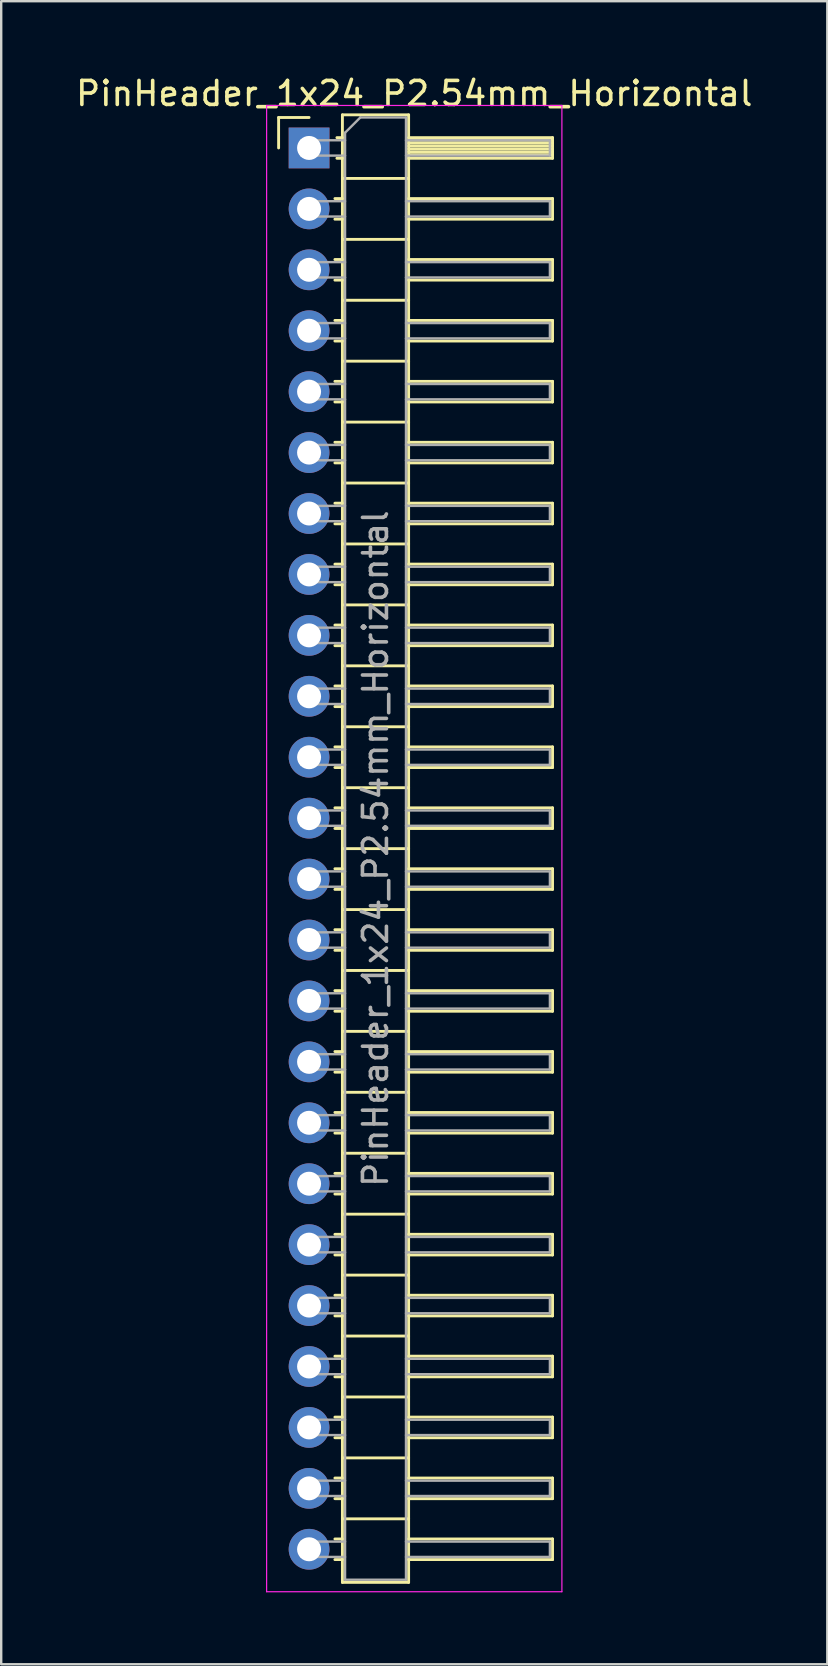
<source format=kicad_pcb>
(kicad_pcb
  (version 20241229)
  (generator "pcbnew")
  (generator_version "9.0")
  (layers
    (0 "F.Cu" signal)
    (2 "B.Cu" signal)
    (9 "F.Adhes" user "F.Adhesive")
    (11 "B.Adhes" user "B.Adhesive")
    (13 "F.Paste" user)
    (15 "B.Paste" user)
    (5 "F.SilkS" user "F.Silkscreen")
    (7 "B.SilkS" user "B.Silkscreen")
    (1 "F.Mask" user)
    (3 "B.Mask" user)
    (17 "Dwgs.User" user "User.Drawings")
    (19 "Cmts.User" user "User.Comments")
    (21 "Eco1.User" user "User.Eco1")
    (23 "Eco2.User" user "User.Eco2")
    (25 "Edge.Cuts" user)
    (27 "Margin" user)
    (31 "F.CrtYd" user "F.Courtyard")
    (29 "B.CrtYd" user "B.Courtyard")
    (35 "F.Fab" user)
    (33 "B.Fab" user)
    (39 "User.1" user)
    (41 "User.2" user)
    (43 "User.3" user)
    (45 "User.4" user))
  (footprint "PinHeader_1x24_P2.54mm_Horizontal"
    (layer "F.Cu")
    (at 9.835 3.118)
    (property "Reference" "PinHeader_1x24_P2.54mm_Horizontal" (at 4.385 -2.27 0) (layer "F.SilkS") (effects (font (size 1 1) (thickness 0.15))))
    (attr through_hole)
    (fp_line (start -1.27 -1.27) (end 0 -1.27) (stroke (width 0.12) (type solid)) (layer "F.SilkS"))
    (fp_line (start -1.27 0) (end -1.27 -1.27) (stroke (width 0.12) (type solid)) (layer "F.SilkS"))
    (fp_line (start 1.077 2.11) (end 1.39 2.11) (stroke (width 0.12) (type solid)) (layer "F.SilkS"))
    (fp_line (start 1.077 2.97) (end 1.39 2.97) (stroke (width 0.12) (type solid)) (layer "F.SilkS"))
    (fp_line (start 1.077 4.65) (end 1.39 4.65) (stroke (width 0.12) (type solid)) (layer "F.SilkS"))
    (fp_line (start 1.077 5.51) (end 1.39 5.51) (stroke (width 0.12) (type solid)) (layer "F.SilkS"))
    (fp_line (start 1.077 7.19) (end 1.39 7.19) (stroke (width 0.12) (type solid)) (layer "F.SilkS"))
    (fp_line (start 1.077 8.05) (end 1.39 8.05) (stroke (width 0.12) (type solid)) (layer "F.SilkS"))
    (fp_line (start 1.077 9.73) (end 1.39 9.73) (stroke (width 0.12) (type solid)) (layer "F.SilkS"))
    (fp_line (start 1.077 10.59) (end 1.39 10.59) (stroke (width 0.12) (type solid)) (layer "F.SilkS"))
    (fp_line (start 1.077 12.27) (end 1.39 12.27) (stroke (width 0.12) (type solid)) (layer "F.SilkS"))
    (fp_line (start 1.077 13.13) (end 1.39 13.13) (stroke (width 0.12) (type solid)) (layer "F.SilkS"))
    (fp_line (start 1.077 14.81) (end 1.39 14.81) (stroke (width 0.12) (type solid)) (layer "F.SilkS"))
    (fp_line (start 1.077 15.67) (end 1.39 15.67) (stroke (width 0.12) (type solid)) (layer "F.SilkS"))
    (fp_line (start 1.077 17.35) (end 1.39 17.35) (stroke (width 0.12) (type solid)) (layer "F.SilkS"))
    (fp_line (start 1.077 18.21) (end 1.39 18.21) (stroke (width 0.12) (type solid)) (layer "F.SilkS"))
    (fp_line (start 1.077 19.89) (end 1.39 19.89) (stroke (width 0.12) (type solid)) (layer "F.SilkS"))
    (fp_line (start 1.077 20.75) (end 1.39 20.75) (stroke (width 0.12) (type solid)) (layer "F.SilkS"))
    (fp_line (start 1.077 22.43) (end 1.39 22.43) (stroke (width 0.12) (type solid)) (layer "F.SilkS"))
    (fp_line (start 1.077 23.29) (end 1.39 23.29) (stroke (width 0.12) (type solid)) (layer "F.SilkS"))
    (fp_line (start 1.077 24.97) (end 1.39 24.97) (stroke (width 0.12) (type solid)) (layer "F.SilkS"))
    (fp_line (start 1.077 25.83) (end 1.39 25.83) (stroke (width 0.12) (type solid)) (layer "F.SilkS"))
    (fp_line (start 1.077 27.51) (end 1.39 27.51) (stroke (width 0.12) (type solid)) (layer "F.SilkS"))
    (fp_line (start 1.077 28.37) (end 1.39 28.37) (stroke (width 0.12) (type solid)) (layer "F.SilkS"))
    (fp_line (start 1.077 30.05) (end 1.39 30.05) (stroke (width 0.12) (type solid)) (layer "F.SilkS"))
    (fp_line (start 1.077 30.91) (end 1.39 30.91) (stroke (width 0.12) (type solid)) (layer "F.SilkS"))
    (fp_line (start 1.077 32.59) (end 1.39 32.59) (stroke (width 0.12) (type solid)) (layer "F.SilkS"))
    (fp_line (start 1.077 33.45) (end 1.39 33.45) (stroke (width 0.12) (type solid)) (layer "F.SilkS"))
    (fp_line (start 1.077 35.13) (end 1.39 35.13) (stroke (width 0.12) (type solid)) (layer "F.SilkS"))
    (fp_line (start 1.077 35.99) (end 1.39 35.99) (stroke (width 0.12) (type solid)) (layer "F.SilkS"))
    (fp_line (start 1.077 37.67) (end 1.39 37.67) (stroke (width 0.12) (type solid)) (layer "F.SilkS"))
    (fp_line (start 1.077 38.53) (end 1.39 38.53) (stroke (width 0.12) (type solid)) (layer "F.SilkS"))
    (fp_line (start 1.077 40.21) (end 1.39 40.21) (stroke (width 0.12) (type solid)) (layer "F.SilkS"))
    (fp_line (start 1.077 41.07) (end 1.39 41.07) (stroke (width 0.12) (type solid)) (layer "F.SilkS"))
    (fp_line (start 1.077 42.75) (end 1.39 42.75) (stroke (width 0.12) (type solid)) (layer "F.SilkS"))
    (fp_line (start 1.077 43.61) (end 1.39 43.61) (stroke (width 0.12) (type solid)) (layer "F.SilkS"))
    (fp_line (start 1.077 45.29) (end 1.39 45.29) (stroke (width 0.12) (type solid)) (layer "F.SilkS"))
    (fp_line (start 1.077 46.15) (end 1.39 46.15) (stroke (width 0.12) (type solid)) (layer "F.SilkS"))
    (fp_line (start 1.077 47.83) (end 1.39 47.83) (stroke (width 0.12) (type solid)) (layer "F.SilkS"))
    (fp_line (start 1.077 48.69) (end 1.39 48.69) (stroke (width 0.12) (type solid)) (layer "F.SilkS"))
    (fp_line (start 1.077 50.37) (end 1.39 50.37) (stroke (width 0.12) (type solid)) (layer "F.SilkS"))
    (fp_line (start 1.077 51.23) (end 1.39 51.23) (stroke (width 0.12) (type solid)) (layer "F.SilkS"))
    (fp_line (start 1.077 52.91) (end 1.39 52.91) (stroke (width 0.12) (type solid)) (layer "F.SilkS"))
    (fp_line (start 1.077 53.77) (end 1.39 53.77) (stroke (width 0.12) (type solid)) (layer "F.SilkS"))
    (fp_line (start 1.077 55.45) (end 1.39 55.45) (stroke (width 0.12) (type solid)) (layer "F.SilkS"))
    (fp_line (start 1.077 56.31) (end 1.39 56.31) (stroke (width 0.12) (type solid)) (layer "F.SilkS"))
    (fp_line (start 1.077 57.99) (end 1.39 57.99) (stroke (width 0.12) (type solid)) (layer "F.SilkS"))
    (fp_line (start 1.077 58.85) (end 1.39 58.85) (stroke (width 0.12) (type solid)) (layer "F.SilkS"))
    (fp_line (start 1.16 -0.43) (end 1.39 -0.43) (stroke (width 0.12) (type solid)) (layer "F.SilkS"))
    (fp_line (start 1.16 0.43) (end 1.39 0.43) (stroke (width 0.12) (type solid)) (layer "F.SilkS"))
    (fp_line (start 1.39 -1.38) (end 1.39 59.8) (stroke (width 0.12) (type solid)) (layer "F.SilkS"))
    (fp_line (start 1.39 1.27) (end 4.15 1.27) (stroke (width 0.12) (type solid)) (layer "F.SilkS"))
    (fp_line (start 1.39 3.81) (end 4.15 3.81) (stroke (width 0.12) (type solid)) (layer "F.SilkS"))
    (fp_line (start 1.39 6.35) (end 4.15 6.35) (stroke (width 0.12) (type solid)) (layer "F.SilkS"))
    (fp_line (start 1.39 8.89) (end 4.15 8.89) (stroke (width 0.12) (type solid)) (layer "F.SilkS"))
    (fp_line (start 1.39 11.43) (end 4.15 11.43) (stroke (width 0.12) (type solid)) (layer "F.SilkS"))
    (fp_line (start 1.39 13.97) (end 4.15 13.97) (stroke (width 0.12) (type solid)) (layer "F.SilkS"))
    (fp_line (start 1.39 16.51) (end 4.15 16.51) (stroke (width 0.12) (type solid)) (layer "F.SilkS"))
    (fp_line (start 1.39 19.05) (end 4.15 19.05) (stroke (width 0.12) (type solid)) (layer "F.SilkS"))
    (fp_line (start 1.39 21.59) (end 4.15 21.59) (stroke (width 0.12) (type solid)) (layer "F.SilkS"))
    (fp_line (start 1.39 24.13) (end 4.15 24.13) (stroke (width 0.12) (type solid)) (layer "F.SilkS"))
    (fp_line (start 1.39 26.67) (end 4.15 26.67) (stroke (width 0.12) (type solid)) (layer "F.SilkS"))
    (fp_line (start 1.39 29.21) (end 4.15 29.21) (stroke (width 0.12) (type solid)) (layer "F.SilkS"))
    (fp_line (start 1.39 31.75) (end 4.15 31.75) (stroke (width 0.12) (type solid)) (layer "F.SilkS"))
    (fp_line (start 1.39 34.29) (end 4.15 34.29) (stroke (width 0.12) (type solid)) (layer "F.SilkS"))
    (fp_line (start 1.39 36.83) (end 4.15 36.83) (stroke (width 0.12) (type solid)) (layer "F.SilkS"))
    (fp_line (start 1.39 39.37) (end 4.15 39.37) (stroke (width 0.12) (type solid)) (layer "F.SilkS"))
    (fp_line (start 1.39 41.91) (end 4.15 41.91) (stroke (width 0.12) (type solid)) (layer "F.SilkS"))
    (fp_line (start 1.39 44.45) (end 4.15 44.45) (stroke (width 0.12) (type solid)) (layer "F.SilkS"))
    (fp_line (start 1.39 46.99) (end 4.15 46.99) (stroke (width 0.12) (type solid)) (layer "F.SilkS"))
    (fp_line (start 1.39 49.53) (end 4.15 49.53) (stroke (width 0.12) (type solid)) (layer "F.SilkS"))
    (fp_line (start 1.39 52.07) (end 4.15 52.07) (stroke (width 0.12) (type solid)) (layer "F.SilkS"))
    (fp_line (start 1.39 54.61) (end 4.15 54.61) (stroke (width 0.12) (type solid)) (layer "F.SilkS"))
    (fp_line (start 1.39 57.15) (end 4.15 57.15) (stroke (width 0.12) (type solid)) (layer "F.SilkS"))
    (fp_line (start 1.39 59.8) (end 4.15 59.8) (stroke (width 0.12) (type solid)) (layer "F.SilkS"))
    (fp_line (start 4.15 -1.38) (end 1.39 -1.38) (stroke (width 0.12) (type solid)) (layer "F.SilkS"))
    (fp_line (start 4.15 -0.43) (end 10.15 -0.43) (stroke (width 0.12) (type solid)) (layer "F.SilkS"))
    (fp_line (start 4.15 -0.32) (end 10.15 -0.32) (stroke (width 0.12) (type solid)) (layer "F.SilkS"))
    (fp_line (start 4.15 -0.2) (end 10.15 -0.2) (stroke (width 0.12) (type solid)) (layer "F.SilkS"))
    (fp_line (start 4.15 -0.08) (end 10.15 -0.08) (stroke (width 0.12) (type solid)) (layer "F.SilkS"))
    (fp_line (start 4.15 0.04) (end 10.15 0.04) (stroke (width 0.12) (type solid)) (layer "F.SilkS"))
    (fp_line (start 4.15 0.16) (end 10.15 0.16) (stroke (width 0.12) (type solid)) (layer "F.SilkS"))
    (fp_line (start 4.15 0.28) (end 10.15 0.28) (stroke (width 0.12) (type solid)) (layer "F.SilkS"))
    (fp_line (start 4.15 2.11) (end 10.15 2.11) (stroke (width 0.12) (type solid)) (layer "F.SilkS"))
    (fp_line (start 4.15 4.65) (end 10.15 4.65) (stroke (width 0.12) (type solid)) (layer "F.SilkS"))
    (fp_line (start 4.15 7.19) (end 10.15 7.19) (stroke (width 0.12) (type solid)) (layer "F.SilkS"))
    (fp_line (start 4.15 9.73) (end 10.15 9.73) (stroke (width 0.12) (type solid)) (layer "F.SilkS"))
    (fp_line (start 4.15 12.27) (end 10.15 12.27) (stroke (width 0.12) (type solid)) (layer "F.SilkS"))
    (fp_line (start 4.15 14.81) (end 10.15 14.81) (stroke (width 0.12) (type solid)) (layer "F.SilkS"))
    (fp_line (start 4.15 17.35) (end 10.15 17.35) (stroke (width 0.12) (type solid)) (layer "F.SilkS"))
    (fp_line (start 4.15 19.89) (end 10.15 19.89) (stroke (width 0.12) (type solid)) (layer "F.SilkS"))
    (fp_line (start 4.15 22.43) (end 10.15 22.43) (stroke (width 0.12) (type solid)) (layer "F.SilkS"))
    (fp_line (start 4.15 24.97) (end 10.15 24.97) (stroke (width 0.12) (type solid)) (layer "F.SilkS"))
    (fp_line (start 4.15 27.51) (end 10.15 27.51) (stroke (width 0.12) (type solid)) (layer "F.SilkS"))
    (fp_line (start 4.15 30.05) (end 10.15 30.05) (stroke (width 0.12) (type solid)) (layer "F.SilkS"))
    (fp_line (start 4.15 32.59) (end 10.15 32.59) (stroke (width 0.12) (type solid)) (layer "F.SilkS"))
    (fp_line (start 4.15 35.13) (end 10.15 35.13) (stroke (width 0.12) (type solid)) (layer "F.SilkS"))
    (fp_line (start 4.15 37.67) (end 10.15 37.67) (stroke (width 0.12) (type solid)) (layer "F.SilkS"))
    (fp_line (start 4.15 40.21) (end 10.15 40.21) (stroke (width 0.12) (type solid)) (layer "F.SilkS"))
    (fp_line (start 4.15 42.75) (end 10.15 42.75) (stroke (width 0.12) (type solid)) (layer "F.SilkS"))
    (fp_line (start 4.15 45.29) (end 10.15 45.29) (stroke (width 0.12) (type solid)) (layer "F.SilkS"))
    (fp_line (start 4.15 47.83) (end 10.15 47.83) (stroke (width 0.12) (type solid)) (layer "F.SilkS"))
    (fp_line (start 4.15 50.37) (end 10.15 50.37) (stroke (width 0.12) (type solid)) (layer "F.SilkS"))
    (fp_line (start 4.15 52.91) (end 10.15 52.91) (stroke (width 0.12) (type solid)) (layer "F.SilkS"))
    (fp_line (start 4.15 55.45) (end 10.15 55.45) (stroke (width 0.12) (type solid)) (layer "F.SilkS"))
    (fp_line (start 4.15 57.99) (end 10.15 57.99) (stroke (width 0.12) (type solid)) (layer "F.SilkS"))
    (fp_line (start 4.15 59.8) (end 4.15 -1.38) (stroke (width 0.12) (type solid)) (layer "F.SilkS"))
    (fp_line (start 10.15 -0.43) (end 10.15 0.43) (stroke (width 0.12) (type solid)) (layer "F.SilkS"))
    (fp_line (start 10.15 0.43) (end 4.15 0.43) (stroke (width 0.12) (type solid)) (layer "F.SilkS"))
    (fp_line (start 10.15 2.11) (end 10.15 2.97) (stroke (width 0.12) (type solid)) (layer "F.SilkS"))
    (fp_line (start 10.15 2.97) (end 4.15 2.97) (stroke (width 0.12) (type solid)) (layer "F.SilkS"))
    (fp_line (start 10.15 4.65) (end 10.15 5.51) (stroke (width 0.12) (type solid)) (layer "F.SilkS"))
    (fp_line (start 10.15 5.51) (end 4.15 5.51) (stroke (width 0.12) (type solid)) (layer "F.SilkS"))
    (fp_line (start 10.15 7.19) (end 10.15 8.05) (stroke (width 0.12) (type solid)) (layer "F.SilkS"))
    (fp_line (start 10.15 8.05) (end 4.15 8.05) (stroke (width 0.12) (type solid)) (layer "F.SilkS"))
    (fp_line (start 10.15 9.73) (end 10.15 10.59) (stroke (width 0.12) (type solid)) (layer "F.SilkS"))
    (fp_line (start 10.15 10.59) (end 4.15 10.59) (stroke (width 0.12) (type solid)) (layer "F.SilkS"))
    (fp_line (start 10.15 12.27) (end 10.15 13.13) (stroke (width 0.12) (type solid)) (layer "F.SilkS"))
    (fp_line (start 10.15 13.13) (end 4.15 13.13) (stroke (width 0.12) (type solid)) (layer "F.SilkS"))
    (fp_line (start 10.15 14.81) (end 10.15 15.67) (stroke (width 0.12) (type solid)) (layer "F.SilkS"))
    (fp_line (start 10.15 15.67) (end 4.15 15.67) (stroke (width 0.12) (type solid)) (layer "F.SilkS"))
    (fp_line (start 10.15 17.35) (end 10.15 18.21) (stroke (width 0.12) (type solid)) (layer "F.SilkS"))
    (fp_line (start 10.15 18.21) (end 4.15 18.21) (stroke (width 0.12) (type solid)) (layer "F.SilkS"))
    (fp_line (start 10.15 19.89) (end 10.15 20.75) (stroke (width 0.12) (type solid)) (layer "F.SilkS"))
    (fp_line (start 10.15 20.75) (end 4.15 20.75) (stroke (width 0.12) (type solid)) (layer "F.SilkS"))
    (fp_line (start 10.15 22.43) (end 10.15 23.29) (stroke (width 0.12) (type solid)) (layer "F.SilkS"))
    (fp_line (start 10.15 23.29) (end 4.15 23.29) (stroke (width 0.12) (type solid)) (layer "F.SilkS"))
    (fp_line (start 10.15 24.97) (end 10.15 25.83) (stroke (width 0.12) (type solid)) (layer "F.SilkS"))
    (fp_line (start 10.15 25.83) (end 4.15 25.83) (stroke (width 0.12) (type solid)) (layer "F.SilkS"))
    (fp_line (start 10.15 27.51) (end 10.15 28.37) (stroke (width 0.12) (type solid)) (layer "F.SilkS"))
    (fp_line (start 10.15 28.37) (end 4.15 28.37) (stroke (width 0.12) (type solid)) (layer "F.SilkS"))
    (fp_line (start 10.15 30.05) (end 10.15 30.91) (stroke (width 0.12) (type solid)) (layer "F.SilkS"))
    (fp_line (start 10.15 30.91) (end 4.15 30.91) (stroke (width 0.12) (type solid)) (layer "F.SilkS"))
    (fp_line (start 10.15 32.59) (end 10.15 33.45) (stroke (width 0.12) (type solid)) (layer "F.SilkS"))
    (fp_line (start 10.15 33.45) (end 4.15 33.45) (stroke (width 0.12) (type solid)) (layer "F.SilkS"))
    (fp_line (start 10.15 35.13) (end 10.15 35.99) (stroke (width 0.12) (type solid)) (layer "F.SilkS"))
    (fp_line (start 10.15 35.99) (end 4.15 35.99) (stroke (width 0.12) (type solid)) (layer "F.SilkS"))
    (fp_line (start 10.15 37.67) (end 10.15 38.53) (stroke (width 0.12) (type solid)) (layer "F.SilkS"))
    (fp_line (start 10.15 38.53) (end 4.15 38.53) (stroke (width 0.12) (type solid)) (layer "F.SilkS"))
    (fp_line (start 10.15 40.21) (end 10.15 41.07) (stroke (width 0.12) (type solid)) (layer "F.SilkS"))
    (fp_line (start 10.15 41.07) (end 4.15 41.07) (stroke (width 0.12) (type solid)) (layer "F.SilkS"))
    (fp_line (start 10.15 42.75) (end 10.15 43.61) (stroke (width 0.12) (type solid)) (layer "F.SilkS"))
    (fp_line (start 10.15 43.61) (end 4.15 43.61) (stroke (width 0.12) (type solid)) (layer "F.SilkS"))
    (fp_line (start 10.15 45.29) (end 10.15 46.15) (stroke (width 0.12) (type solid)) (layer "F.SilkS"))
    (fp_line (start 10.15 46.15) (end 4.15 46.15) (stroke (width 0.12) (type solid)) (layer "F.SilkS"))
    (fp_line (start 10.15 47.83) (end 10.15 48.69) (stroke (width 0.12) (type solid)) (layer "F.SilkS"))
    (fp_line (start 10.15 48.69) (end 4.15 48.69) (stroke (width 0.12) (type solid)) (layer "F.SilkS"))
    (fp_line (start 10.15 50.37) (end 10.15 51.23) (stroke (width 0.12) (type solid)) (layer "F.SilkS"))
    (fp_line (start 10.15 51.23) (end 4.15 51.23) (stroke (width 0.12) (type solid)) (layer "F.SilkS"))
    (fp_line (start 10.15 52.91) (end 10.15 53.77) (stroke (width 0.12) (type solid)) (layer "F.SilkS"))
    (fp_line (start 10.15 53.77) (end 4.15 53.77) (stroke (width 0.12) (type solid)) (layer "F.SilkS"))
    (fp_line (start 10.15 55.45) (end 10.15 56.31) (stroke (width 0.12) (type solid)) (layer "F.SilkS"))
    (fp_line (start 10.15 56.31) (end 4.15 56.31) (stroke (width 0.12) (type solid)) (layer "F.SilkS"))
    (fp_line (start 10.15 57.99) (end 10.15 58.85) (stroke (width 0.12) (type solid)) (layer "F.SilkS"))
    (fp_line (start 10.15 58.85) (end 4.15 58.85) (stroke (width 0.12) (type solid)) (layer "F.SilkS"))
    (fp_line (start -1.77 -1.77) (end -1.77 60.19) (stroke (width 0.05) (type solid)) (layer "F.CrtYd"))
    (fp_line (start -1.77 60.19) (end 10.54 60.19) (stroke (width 0.05) (type solid)) (layer "F.CrtYd"))
    (fp_line (start 10.54 -1.77) (end -1.77 -1.77) (stroke (width 0.05) (type solid)) (layer "F.CrtYd"))
    (fp_line (start 10.54 60.19) (end 10.54 -1.77) (stroke (width 0.05) (type solid)) (layer "F.CrtYd"))
    (fp_line (start -0.32 -0.32) (end -0.32 0.32) (stroke (width 0.1) (type solid)) (layer "F.Fab"))
    (fp_line (start -0.32 -0.32) (end 1.5 -0.32) (stroke (width 0.1) (type solid)) (layer "F.Fab"))
    (fp_line (start -0.32 0.32) (end 1.5 0.32) (stroke (width 0.1) (type solid)) (layer "F.Fab"))
    (fp_line (start -0.32 2.22) (end -0.32 2.86) (stroke (width 0.1) (type solid)) (layer "F.Fab"))
    (fp_line (start -0.32 2.22) (end 1.5 2.22) (stroke (width 0.1) (type solid)) (layer "F.Fab"))
    (fp_line (start -0.32 2.86) (end 1.5 2.86) (stroke (width 0.1) (type solid)) (layer "F.Fab"))
    (fp_line (start -0.32 4.76) (end -0.32 5.4) (stroke (width 0.1) (type solid)) (layer "F.Fab"))
    (fp_line (start -0.32 4.76) (end 1.5 4.76) (stroke (width 0.1) (type solid)) (layer "F.Fab"))
    (fp_line (start -0.32 5.4) (end 1.5 5.4) (stroke (width 0.1) (type solid)) (layer "F.Fab"))
    (fp_line (start -0.32 7.3) (end -0.32 7.94) (stroke (width 0.1) (type solid)) (layer "F.Fab"))
    (fp_line (start -0.32 7.3) (end 1.5 7.3) (stroke (width 0.1) (type solid)) (layer "F.Fab"))
    (fp_line (start -0.32 7.94) (end 1.5 7.94) (stroke (width 0.1) (type solid)) (layer "F.Fab"))
    (fp_line (start -0.32 9.84) (end -0.32 10.48) (stroke (width 0.1) (type solid)) (layer "F.Fab"))
    (fp_line (start -0.32 9.84) (end 1.5 9.84) (stroke (width 0.1) (type solid)) (layer "F.Fab"))
    (fp_line (start -0.32 10.48) (end 1.5 10.48) (stroke (width 0.1) (type solid)) (layer "F.Fab"))
    (fp_line (start -0.32 12.38) (end -0.32 13.02) (stroke (width 0.1) (type solid)) (layer "F.Fab"))
    (fp_line (start -0.32 12.38) (end 1.5 12.38) (stroke (width 0.1) (type solid)) (layer "F.Fab"))
    (fp_line (start -0.32 13.02) (end 1.5 13.02) (stroke (width 0.1) (type solid)) (layer "F.Fab"))
    (fp_line (start -0.32 14.92) (end -0.32 15.56) (stroke (width 0.1) (type solid)) (layer "F.Fab"))
    (fp_line (start -0.32 14.92) (end 1.5 14.92) (stroke (width 0.1) (type solid)) (layer "F.Fab"))
    (fp_line (start -0.32 15.56) (end 1.5 15.56) (stroke (width 0.1) (type solid)) (layer "F.Fab"))
    (fp_line (start -0.32 17.46) (end -0.32 18.1) (stroke (width 0.1) (type solid)) (layer "F.Fab"))
    (fp_line (start -0.32 17.46) (end 1.5 17.46) (stroke (width 0.1) (type solid)) (layer "F.Fab"))
    (fp_line (start -0.32 18.1) (end 1.5 18.1) (stroke (width 0.1) (type solid)) (layer "F.Fab"))
    (fp_line (start -0.32 20) (end -0.32 20.64) (stroke (width 0.1) (type solid)) (layer "F.Fab"))
    (fp_line (start -0.32 20) (end 1.5 20) (stroke (width 0.1) (type solid)) (layer "F.Fab"))
    (fp_line (start -0.32 20.64) (end 1.5 20.64) (stroke (width 0.1) (type solid)) (layer "F.Fab"))
    (fp_line (start -0.32 22.54) (end -0.32 23.18) (stroke (width 0.1) (type solid)) (layer "F.Fab"))
    (fp_line (start -0.32 22.54) (end 1.5 22.54) (stroke (width 0.1) (type solid)) (layer "F.Fab"))
    (fp_line (start -0.32 23.18) (end 1.5 23.18) (stroke (width 0.1) (type solid)) (layer "F.Fab"))
    (fp_line (start -0.32 25.08) (end -0.32 25.72) (stroke (width 0.1) (type solid)) (layer "F.Fab"))
    (fp_line (start -0.32 25.08) (end 1.5 25.08) (stroke (width 0.1) (type solid)) (layer "F.Fab"))
    (fp_line (start -0.32 25.72) (end 1.5 25.72) (stroke (width 0.1) (type solid)) (layer "F.Fab"))
    (fp_line (start -0.32 27.62) (end -0.32 28.26) (stroke (width 0.1) (type solid)) (layer "F.Fab"))
    (fp_line (start -0.32 27.62) (end 1.5 27.62) (stroke (width 0.1) (type solid)) (layer "F.Fab"))
    (fp_line (start -0.32 28.26) (end 1.5 28.26) (stroke (width 0.1) (type solid)) (layer "F.Fab"))
    (fp_line (start -0.32 30.16) (end -0.32 30.8) (stroke (width 0.1) (type solid)) (layer "F.Fab"))
    (fp_line (start -0.32 30.16) (end 1.5 30.16) (stroke (width 0.1) (type solid)) (layer "F.Fab"))
    (fp_line (start -0.32 30.8) (end 1.5 30.8) (stroke (width 0.1) (type solid)) (layer "F.Fab"))
    (fp_line (start -0.32 32.7) (end -0.32 33.34) (stroke (width 0.1) (type solid)) (layer "F.Fab"))
    (fp_line (start -0.32 32.7) (end 1.5 32.7) (stroke (width 0.1) (type solid)) (layer "F.Fab"))
    (fp_line (start -0.32 33.34) (end 1.5 33.34) (stroke (width 0.1) (type solid)) (layer "F.Fab"))
    (fp_line (start -0.32 35.24) (end -0.32 35.88) (stroke (width 0.1) (type solid)) (layer "F.Fab"))
    (fp_line (start -0.32 35.24) (end 1.5 35.24) (stroke (width 0.1) (type solid)) (layer "F.Fab"))
    (fp_line (start -0.32 35.88) (end 1.5 35.88) (stroke (width 0.1) (type solid)) (layer "F.Fab"))
    (fp_line (start -0.32 37.78) (end -0.32 38.42) (stroke (width 0.1) (type solid)) (layer "F.Fab"))
    (fp_line (start -0.32 37.78) (end 1.5 37.78) (stroke (width 0.1) (type solid)) (layer "F.Fab"))
    (fp_line (start -0.32 38.42) (end 1.5 38.42) (stroke (width 0.1) (type solid)) (layer "F.Fab"))
    (fp_line (start -0.32 40.32) (end -0.32 40.96) (stroke (width 0.1) (type solid)) (layer "F.Fab"))
    (fp_line (start -0.32 40.32) (end 1.5 40.32) (stroke (width 0.1) (type solid)) (layer "F.Fab"))
    (fp_line (start -0.32 40.96) (end 1.5 40.96) (stroke (width 0.1) (type solid)) (layer "F.Fab"))
    (fp_line (start -0.32 42.86) (end -0.32 43.5) (stroke (width 0.1) (type solid)) (layer "F.Fab"))
    (fp_line (start -0.32 42.86) (end 1.5 42.86) (stroke (width 0.1) (type solid)) (layer "F.Fab"))
    (fp_line (start -0.32 43.5) (end 1.5 43.5) (stroke (width 0.1) (type solid)) (layer "F.Fab"))
    (fp_line (start -0.32 45.4) (end -0.32 46.04) (stroke (width 0.1) (type solid)) (layer "F.Fab"))
    (fp_line (start -0.32 45.4) (end 1.5 45.4) (stroke (width 0.1) (type solid)) (layer "F.Fab"))
    (fp_line (start -0.32 46.04) (end 1.5 46.04) (stroke (width 0.1) (type solid)) (layer "F.Fab"))
    (fp_line (start -0.32 47.94) (end -0.32 48.58) (stroke (width 0.1) (type solid)) (layer "F.Fab"))
    (fp_line (start -0.32 47.94) (end 1.5 47.94) (stroke (width 0.1) (type solid)) (layer "F.Fab"))
    (fp_line (start -0.32 48.58) (end 1.5 48.58) (stroke (width 0.1) (type solid)) (layer "F.Fab"))
    (fp_line (start -0.32 50.48) (end -0.32 51.12) (stroke (width 0.1) (type solid)) (layer "F.Fab"))
    (fp_line (start -0.32 50.48) (end 1.5 50.48) (stroke (width 0.1) (type solid)) (layer "F.Fab"))
    (fp_line (start -0.32 51.12) (end 1.5 51.12) (stroke (width 0.1) (type solid)) (layer "F.Fab"))
    (fp_line (start -0.32 53.02) (end -0.32 53.66) (stroke (width 0.1) (type solid)) (layer "F.Fab"))
    (fp_line (start -0.32 53.02) (end 1.5 53.02) (stroke (width 0.1) (type solid)) (layer "F.Fab"))
    (fp_line (start -0.32 53.66) (end 1.5 53.66) (stroke (width 0.1) (type solid)) (layer "F.Fab"))
    (fp_line (start -0.32 55.56) (end -0.32 56.2) (stroke (width 0.1) (type solid)) (layer "F.Fab"))
    (fp_line (start -0.32 55.56) (end 1.5 55.56) (stroke (width 0.1) (type solid)) (layer "F.Fab"))
    (fp_line (start -0.32 56.2) (end 1.5 56.2) (stroke (width 0.1) (type solid)) (layer "F.Fab"))
    (fp_line (start -0.32 58.1) (end -0.32 58.74) (stroke (width 0.1) (type solid)) (layer "F.Fab"))
    (fp_line (start -0.32 58.1) (end 1.5 58.1) (stroke (width 0.1) (type solid)) (layer "F.Fab"))
    (fp_line (start -0.32 58.74) (end 1.5 58.74) (stroke (width 0.1) (type solid)) (layer "F.Fab"))
    (fp_line (start 1.5 -0.635) (end 2.135 -1.27) (stroke (width 0.1) (type solid)) (layer "F.Fab"))
    (fp_line (start 1.5 59.69) (end 1.5 -0.635) (stroke (width 0.1) (type solid)) (layer "F.Fab"))
    (fp_line (start 2.135 -1.27) (end 4.04 -1.27) (stroke (width 0.1) (type solid)) (layer "F.Fab"))
    (fp_line (start 4.04 -1.27) (end 4.04 59.69) (stroke (width 0.1) (type solid)) (layer "F.Fab"))
    (fp_line (start 4.04 -0.32) (end 10.04 -0.32) (stroke (width 0.1) (type solid)) (layer "F.Fab"))
    (fp_line (start 4.04 0.32) (end 10.04 0.32) (stroke (width 0.1) (type solid)) (layer "F.Fab"))
    (fp_line (start 4.04 2.22) (end 10.04 2.22) (stroke (width 0.1) (type solid)) (layer "F.Fab"))
    (fp_line (start 4.04 2.86) (end 10.04 2.86) (stroke (width 0.1) (type solid)) (layer "F.Fab"))
    (fp_line (start 4.04 4.76) (end 10.04 4.76) (stroke (width 0.1) (type solid)) (layer "F.Fab"))
    (fp_line (start 4.04 5.4) (end 10.04 5.4) (stroke (width 0.1) (type solid)) (layer "F.Fab"))
    (fp_line (start 4.04 7.3) (end 10.04 7.3) (stroke (width 0.1) (type solid)) (layer "F.Fab"))
    (fp_line (start 4.04 7.94) (end 10.04 7.94) (stroke (width 0.1) (type solid)) (layer "F.Fab"))
    (fp_line (start 4.04 9.84) (end 10.04 9.84) (stroke (width 0.1) (type solid)) (layer "F.Fab"))
    (fp_line (start 4.04 10.48) (end 10.04 10.48) (stroke (width 0.1) (type solid)) (layer "F.Fab"))
    (fp_line (start 4.04 12.38) (end 10.04 12.38) (stroke (width 0.1) (type solid)) (layer "F.Fab"))
    (fp_line (start 4.04 13.02) (end 10.04 13.02) (stroke (width 0.1) (type solid)) (layer "F.Fab"))
    (fp_line (start 4.04 14.92) (end 10.04 14.92) (stroke (width 0.1) (type solid)) (layer "F.Fab"))
    (fp_line (start 4.04 15.56) (end 10.04 15.56) (stroke (width 0.1) (type solid)) (layer "F.Fab"))
    (fp_line (start 4.04 17.46) (end 10.04 17.46) (stroke (width 0.1) (type solid)) (layer "F.Fab"))
    (fp_line (start 4.04 18.1) (end 10.04 18.1) (stroke (width 0.1) (type solid)) (layer "F.Fab"))
    (fp_line (start 4.04 20) (end 10.04 20) (stroke (width 0.1) (type solid)) (layer "F.Fab"))
    (fp_line (start 4.04 20.64) (end 10.04 20.64) (stroke (width 0.1) (type solid)) (layer "F.Fab"))
    (fp_line (start 4.04 22.54) (end 10.04 22.54) (stroke (width 0.1) (type solid)) (layer "F.Fab"))
    (fp_line (start 4.04 23.18) (end 10.04 23.18) (stroke (width 0.1) (type solid)) (layer "F.Fab"))
    (fp_line (start 4.04 25.08) (end 10.04 25.08) (stroke (width 0.1) (type solid)) (layer "F.Fab"))
    (fp_line (start 4.04 25.72) (end 10.04 25.72) (stroke (width 0.1) (type solid)) (layer "F.Fab"))
    (fp_line (start 4.04 27.62) (end 10.04 27.62) (stroke (width 0.1) (type solid)) (layer "F.Fab"))
    (fp_line (start 4.04 28.26) (end 10.04 28.26) (stroke (width 0.1) (type solid)) (layer "F.Fab"))
    (fp_line (start 4.04 30.16) (end 10.04 30.16) (stroke (width 0.1) (type solid)) (layer "F.Fab"))
    (fp_line (start 4.04 30.8) (end 10.04 30.8) (stroke (width 0.1) (type solid)) (layer "F.Fab"))
    (fp_line (start 4.04 32.7) (end 10.04 32.7) (stroke (width 0.1) (type solid)) (layer "F.Fab"))
    (fp_line (start 4.04 33.34) (end 10.04 33.34) (stroke (width 0.1) (type solid)) (layer "F.Fab"))
    (fp_line (start 4.04 35.24) (end 10.04 35.24) (stroke (width 0.1) (type solid)) (layer "F.Fab"))
    (fp_line (start 4.04 35.88) (end 10.04 35.88) (stroke (width 0.1) (type solid)) (layer "F.Fab"))
    (fp_line (start 4.04 37.78) (end 10.04 37.78) (stroke (width 0.1) (type solid)) (layer "F.Fab"))
    (fp_line (start 4.04 38.42) (end 10.04 38.42) (stroke (width 0.1) (type solid)) (layer "F.Fab"))
    (fp_line (start 4.04 40.32) (end 10.04 40.32) (stroke (width 0.1) (type solid)) (layer "F.Fab"))
    (fp_line (start 4.04 40.96) (end 10.04 40.96) (stroke (width 0.1) (type solid)) (layer "F.Fab"))
    (fp_line (start 4.04 42.86) (end 10.04 42.86) (stroke (width 0.1) (type solid)) (layer "F.Fab"))
    (fp_line (start 4.04 43.5) (end 10.04 43.5) (stroke (width 0.1) (type solid)) (layer "F.Fab"))
    (fp_line (start 4.04 45.4) (end 10.04 45.4) (stroke (width 0.1) (type solid)) (layer "F.Fab"))
    (fp_line (start 4.04 46.04) (end 10.04 46.04) (stroke (width 0.1) (type solid)) (layer "F.Fab"))
    (fp_line (start 4.04 47.94) (end 10.04 47.94) (stroke (width 0.1) (type solid)) (layer "F.Fab"))
    (fp_line (start 4.04 48.58) (end 10.04 48.58) (stroke (width 0.1) (type solid)) (layer "F.Fab"))
    (fp_line (start 4.04 50.48) (end 10.04 50.48) (stroke (width 0.1) (type solid)) (layer "F.Fab"))
    (fp_line (start 4.04 51.12) (end 10.04 51.12) (stroke (width 0.1) (type solid)) (layer "F.Fab"))
    (fp_line (start 4.04 53.02) (end 10.04 53.02) (stroke (width 0.1) (type solid)) (layer "F.Fab"))
    (fp_line (start 4.04 53.66) (end 10.04 53.66) (stroke (width 0.1) (type solid)) (layer "F.Fab"))
    (fp_line (start 4.04 55.56) (end 10.04 55.56) (stroke (width 0.1) (type solid)) (layer "F.Fab"))
    (fp_line (start 4.04 56.2) (end 10.04 56.2) (stroke (width 0.1) (type solid)) (layer "F.Fab"))
    (fp_line (start 4.04 58.1) (end 10.04 58.1) (stroke (width 0.1) (type solid)) (layer "F.Fab"))
    (fp_line (start 4.04 58.74) (end 10.04 58.74) (stroke (width 0.1) (type solid)) (layer "F.Fab"))
    (fp_line (start 4.04 59.69) (end 1.5 59.69) (stroke (width 0.1) (type solid)) (layer "F.Fab"))
    (fp_line (start 10.04 -0.32) (end 10.04 0.32) (stroke (width 0.1) (type solid)) (layer "F.Fab"))
    (fp_line (start 10.04 2.22) (end 10.04 2.86) (stroke (width 0.1) (type solid)) (layer "F.Fab"))
    (fp_line (start 10.04 4.76) (end 10.04 5.4) (stroke (width 0.1) (type solid)) (layer "F.Fab"))
    (fp_line (start 10.04 7.3) (end 10.04 7.94) (stroke (width 0.1) (type solid)) (layer "F.Fab"))
    (fp_line (start 10.04 9.84) (end 10.04 10.48) (stroke (width 0.1) (type solid)) (layer "F.Fab"))
    (fp_line (start 10.04 12.38) (end 10.04 13.02) (stroke (width 0.1) (type solid)) (layer "F.Fab"))
    (fp_line (start 10.04 14.92) (end 10.04 15.56) (stroke (width 0.1) (type solid)) (layer "F.Fab"))
    (fp_line (start 10.04 17.46) (end 10.04 18.1) (stroke (width 0.1) (type solid)) (layer "F.Fab"))
    (fp_line (start 10.04 20) (end 10.04 20.64) (stroke (width 0.1) (type solid)) (layer "F.Fab"))
    (fp_line (start 10.04 22.54) (end 10.04 23.18) (stroke (width 0.1) (type solid)) (layer "F.Fab"))
    (fp_line (start 10.04 25.08) (end 10.04 25.72) (stroke (width 0.1) (type solid)) (layer "F.Fab"))
    (fp_line (start 10.04 27.62) (end 10.04 28.26) (stroke (width 0.1) (type solid)) (layer "F.Fab"))
    (fp_line (start 10.04 30.16) (end 10.04 30.8) (stroke (width 0.1) (type solid)) (layer "F.Fab"))
    (fp_line (start 10.04 32.7) (end 10.04 33.34) (stroke (width 0.1) (type solid)) (layer "F.Fab"))
    (fp_line (start 10.04 35.24) (end 10.04 35.88) (stroke (width 0.1) (type solid)) (layer "F.Fab"))
    (fp_line (start 10.04 37.78) (end 10.04 38.42) (stroke (width 0.1) (type solid)) (layer "F.Fab"))
    (fp_line (start 10.04 40.32) (end 10.04 40.96) (stroke (width 0.1) (type solid)) (layer "F.Fab"))
    (fp_line (start 10.04 42.86) (end 10.04 43.5) (stroke (width 0.1) (type solid)) (layer "F.Fab"))
    (fp_line (start 10.04 45.4) (end 10.04 46.04) (stroke (width 0.1) (type solid)) (layer "F.Fab"))
    (fp_line (start 10.04 47.94) (end 10.04 48.58) (stroke (width 0.1) (type solid)) (layer "F.Fab"))
    (fp_line (start 10.04 50.48) (end 10.04 51.12) (stroke (width 0.1) (type solid)) (layer "F.Fab"))
    (fp_line (start 10.04 53.02) (end 10.04 53.66) (stroke (width 0.1) (type solid)) (layer "F.Fab"))
    (fp_line (start 10.04 55.56) (end 10.04 56.2) (stroke (width 0.1) (type solid)) (layer "F.Fab"))
    (fp_line (start 10.04 58.1) (end 10.04 58.74) (stroke (width 0.1) (type solid)) (layer "F.Fab"))
    (fp_text user "${REFERENCE}" (at 2.77 29.21 90) (layer "F.Fab") (effects (font (size 1 1) (thickness 0.15))))
    (pad "1" thru_hole rect (at 0 0) (size 1.7 1.7) (drill 1) (layers "*.Cu" "*.Mask"))
    (pad "2" thru_hole circle (at 0 2.54) (size 1.7 1.7) (drill 1) (layers "*.Cu" "*.Mask"))
    (pad "3" thru_hole circle (at 0 5.08) (size 1.7 1.7) (drill 1) (layers "*.Cu" "*.Mask"))
    (pad "4" thru_hole circle (at 0 7.62) (size 1.7 1.7) (drill 1) (layers "*.Cu" "*.Mask"))
    (pad "5" thru_hole circle (at 0 10.16) (size 1.7 1.7) (drill 1) (layers "*.Cu" "*.Mask"))
    (pad "6" thru_hole circle (at 0 12.7) (size 1.7 1.7) (drill 1) (layers "*.Cu" "*.Mask"))
    (pad "7" thru_hole circle (at 0 15.24) (size 1.7 1.7) (drill 1) (layers "*.Cu" "*.Mask"))
    (pad "8" thru_hole circle (at 0 17.78) (size 1.7 1.7) (drill 1) (layers "*.Cu" "*.Mask"))
    (pad "9" thru_hole circle (at 0 20.32) (size 1.7 1.7) (drill 1) (layers "*.Cu" "*.Mask"))
    (pad "10" thru_hole circle (at 0 22.86) (size 1.7 1.7) (drill 1) (layers "*.Cu" "*.Mask"))
    (pad "11" thru_hole circle (at 0 25.4) (size 1.7 1.7) (drill 1) (layers "*.Cu" "*.Mask"))
    (pad "12" thru_hole circle (at 0 27.94) (size 1.7 1.7) (drill 1) (layers "*.Cu" "*.Mask"))
    (pad "13" thru_hole circle (at 0 30.48) (size 1.7 1.7) (drill 1) (layers "*.Cu" "*.Mask"))
    (pad "14" thru_hole circle (at 0 33.02) (size 1.7 1.7) (drill 1) (layers "*.Cu" "*.Mask"))
    (pad "15" thru_hole circle (at 0 35.56) (size 1.7 1.7) (drill 1) (layers "*.Cu" "*.Mask"))
    (pad "16" thru_hole circle (at 0 38.1) (size 1.7 1.7) (drill 1) (layers "*.Cu" "*.Mask"))
    (pad "17" thru_hole circle (at 0 40.64) (size 1.7 1.7) (drill 1) (layers "*.Cu" "*.Mask"))
    (pad "18" thru_hole circle (at 0 43.18) (size 1.7 1.7) (drill 1) (layers "*.Cu" "*.Mask"))
    (pad "19" thru_hole circle (at 0 45.72) (size 1.7 1.7) (drill 1) (layers "*.Cu" "*.Mask"))
    (pad "20" thru_hole circle (at 0 48.26) (size 1.7 1.7) (drill 1) (layers "*.Cu" "*.Mask"))
    (pad "21" thru_hole circle (at 0 50.8) (size 1.7 1.7) (drill 1) (layers "*.Cu" "*.Mask"))
    (pad "22" thru_hole circle (at 0 53.34) (size 1.7 1.7) (drill 1) (layers "*.Cu" "*.Mask"))
    (pad "23" thru_hole circle (at 0 55.88) (size 1.7 1.7) (drill 1) (layers "*.Cu" "*.Mask"))
    (pad "24" thru_hole circle (at 0 58.42) (size 1.7 1.7) (drill 1) (layers "*.Cu" "*.Mask")))
  (gr_rect
    (start -3 -3)
    (end 31.44 66.333)
    (stroke (width 0.1) (type default))
    (fill no)
    (layer "Edge.Cuts")))
</source>
